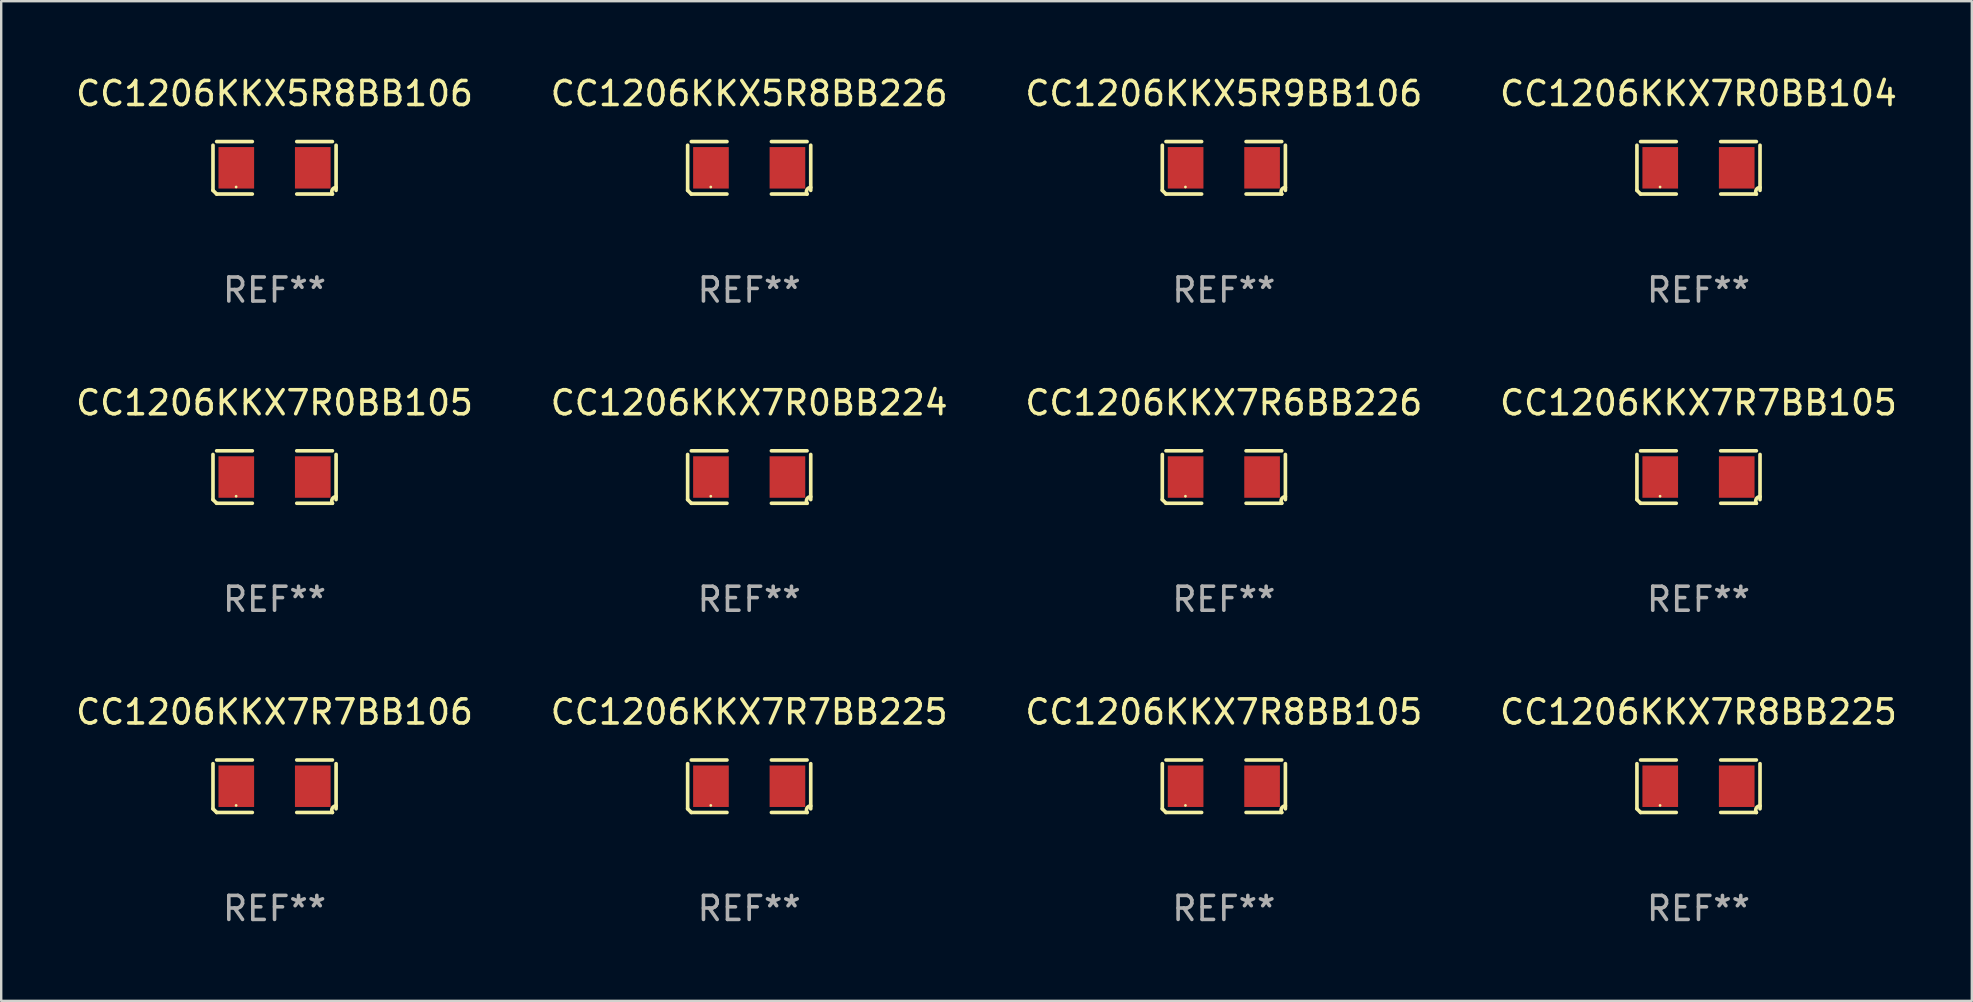
<source format=kicad_pcb>
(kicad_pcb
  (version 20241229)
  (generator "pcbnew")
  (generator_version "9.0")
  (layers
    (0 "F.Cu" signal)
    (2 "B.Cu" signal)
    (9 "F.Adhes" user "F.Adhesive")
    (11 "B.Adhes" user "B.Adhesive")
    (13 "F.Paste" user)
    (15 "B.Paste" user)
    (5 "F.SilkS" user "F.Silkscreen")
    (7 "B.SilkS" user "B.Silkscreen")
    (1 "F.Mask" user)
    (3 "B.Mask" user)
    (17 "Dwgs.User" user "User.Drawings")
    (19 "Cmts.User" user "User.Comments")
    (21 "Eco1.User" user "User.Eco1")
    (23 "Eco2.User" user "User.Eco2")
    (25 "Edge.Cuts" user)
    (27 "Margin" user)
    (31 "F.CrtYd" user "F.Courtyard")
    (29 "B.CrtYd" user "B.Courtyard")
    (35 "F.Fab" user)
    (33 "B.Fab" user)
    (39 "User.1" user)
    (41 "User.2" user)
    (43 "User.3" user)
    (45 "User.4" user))
  (footprint "CC1206KKX7R6BB226"
    (layer "F.Cu")
    (at 47.935 16.823)
    (property "Reference" "CC1206KKX7R6BB226" (at 0 -3.093 0) (layer "F.SilkS") (effects (font (size 1 1) (thickness 0.15))))
    (attr through_hole)
    (fp_line (start -2.564 0.94) (end -2.564 -0.94) (stroke (width 0.152) (type solid)) (layer "F.SilkS"))
    (fp_line (start -2.411 -1.093) (end -0.926 -1.093) (stroke (width 0.152) (type solid)) (layer "F.SilkS"))
    (fp_line (start -0.926 1.093) (end -2.411 1.093) (stroke (width 0.152) (type solid)) (layer "F.SilkS"))
    (fp_line (start 0.926 1.093) (end 2.411 1.093) (stroke (width 0.152) (type solid)) (layer "F.SilkS"))
    (fp_line (start 2.411 -1.093) (end 0.926 -1.093) (stroke (width 0.152) (type solid)) (layer "F.SilkS"))
    (fp_line (start 2.564 0.94) (end 2.564 -0.94) (stroke (width 0.152) (type solid)) (layer "F.SilkS"))
    (fp_arc (start -2.411201 1.092609) (mid -2.487413 1.01642) (end -2.563602 0.940208) (stroke (width 0.1524) (type solid)) (layer "F.SilkS"))
    (fp_arc (start 2.411201 1.092609) (mid 2.407159 0.911226) (end 2.563602 0.819347) (stroke (width 0.1524) (type solid)) (layer "F.SilkS"))
    (fp_circle (center -1.6 0.8) (end -1.57 0.8) (stroke (width 0.06) (type solid)) (fill no) (layer "F.SilkS"))
    (fp_text user "REF**" (at 0 5.093 0) (layer "F.Fab") (effects (font (size 1 1) (thickness 0.15))))
    (pad "1" smd rect (at -1.593 0) (size 1.485 1.728) (layers "F.Cu" "F.Mask" "F.Paste"))
    (pad "2" smd rect (at 1.593 0) (size 1.485 1.728) (layers "F.Cu" "F.Mask" "F.Paste")))
  (footprint "CC1206KKX7R0BB104"
    (layer "F.Cu")
    (at 67.708 3.941)
    (property "Reference" "CC1206KKX7R0BB104" (at 0 -3.093 0) (layer "F.SilkS") (effects (font (size 1 1) (thickness 0.15))))
    (attr through_hole)
    (fp_line (start -2.564 0.94) (end -2.564 -0.94) (stroke (width 0.152) (type solid)) (layer "F.SilkS"))
    (fp_line (start -2.411 -1.093) (end -0.926 -1.093) (stroke (width 0.152) (type solid)) (layer "F.SilkS"))
    (fp_line (start -0.926 1.093) (end -2.411 1.093) (stroke (width 0.152) (type solid)) (layer "F.SilkS"))
    (fp_line (start 0.926 1.093) (end 2.411 1.093) (stroke (width 0.152) (type solid)) (layer "F.SilkS"))
    (fp_line (start 2.411 -1.093) (end 0.926 -1.093) (stroke (width 0.152) (type solid)) (layer "F.SilkS"))
    (fp_line (start 2.564 0.94) (end 2.564 -0.94) (stroke (width 0.152) (type solid)) (layer "F.SilkS"))
    (fp_arc (start -2.411201 1.092609) (mid -2.487413 1.01642) (end -2.563602 0.940208) (stroke (width 0.1524) (type solid)) (layer "F.SilkS"))
    (fp_arc (start 2.411201 1.092609) (mid 2.407159 0.911226) (end 2.563602 0.819347) (stroke (width 0.1524) (type solid)) (layer "F.SilkS"))
    (fp_circle (center -1.6 0.8) (end -1.57 0.8) (stroke (width 0.06) (type solid)) (fill no) (layer "F.SilkS"))
    (fp_text user "REF**" (at 0 5.093 0) (layer "F.Fab") (effects (font (size 1 1) (thickness 0.15))))
    (pad "1" smd rect (at -1.593 0) (size 1.485 1.728) (layers "F.Cu" "F.Mask" "F.Paste"))
    (pad "2" smd rect (at 1.593 0) (size 1.485 1.728) (layers "F.Cu" "F.Mask" "F.Paste")))
  (footprint "CC1206KKX7R8BB105"
    (layer "F.Cu")
    (at 47.935 29.704)
    (property "Reference" "CC1206KKX7R8BB105" (at 0 -3.093 0) (layer "F.SilkS") (effects (font (size 1 1) (thickness 0.15))))
    (attr through_hole)
    (fp_line (start -2.564 0.94) (end -2.564 -0.94) (stroke (width 0.152) (type solid)) (layer "F.SilkS"))
    (fp_line (start -2.411 -1.093) (end -0.926 -1.093) (stroke (width 0.152) (type solid)) (layer "F.SilkS"))
    (fp_line (start -0.926 1.093) (end -2.411 1.093) (stroke (width 0.152) (type solid)) (layer "F.SilkS"))
    (fp_line (start 0.926 1.093) (end 2.411 1.093) (stroke (width 0.152) (type solid)) (layer "F.SilkS"))
    (fp_line (start 2.411 -1.093) (end 0.926 -1.093) (stroke (width 0.152) (type solid)) (layer "F.SilkS"))
    (fp_line (start 2.564 0.94) (end 2.564 -0.94) (stroke (width 0.152) (type solid)) (layer "F.SilkS"))
    (fp_arc (start -2.411201 1.092609) (mid -2.487413 1.01642) (end -2.563602 0.940208) (stroke (width 0.1524) (type solid)) (layer "F.SilkS"))
    (fp_arc (start 2.411201 1.092609) (mid 2.407159 0.911226) (end 2.563602 0.819347) (stroke (width 0.1524) (type solid)) (layer "F.SilkS"))
    (fp_circle (center -1.6 0.8) (end -1.57 0.8) (stroke (width 0.06) (type solid)) (fill no) (layer "F.SilkS"))
    (fp_text user "REF**" (at 0 5.093 0) (layer "F.Fab") (effects (font (size 1 1) (thickness 0.15))))
    (pad "1" smd rect (at -1.593 0) (size 1.485 1.728) (layers "F.Cu" "F.Mask" "F.Paste"))
    (pad "2" smd rect (at 1.593 0) (size 1.485 1.728) (layers "F.Cu" "F.Mask" "F.Paste")))
  (footprint "CC1206KKX7R8BB225"
    (layer "F.Cu")
    (at 67.708 29.704)
    (property "Reference" "CC1206KKX7R8BB225" (at 0 -3.093 0) (layer "F.SilkS") (effects (font (size 1 1) (thickness 0.15))))
    (attr through_hole)
    (fp_line (start -2.564 0.94) (end -2.564 -0.94) (stroke (width 0.152) (type solid)) (layer "F.SilkS"))
    (fp_line (start -2.411 -1.093) (end -0.926 -1.093) (stroke (width 0.152) (type solid)) (layer "F.SilkS"))
    (fp_line (start -0.926 1.093) (end -2.411 1.093) (stroke (width 0.152) (type solid)) (layer "F.SilkS"))
    (fp_line (start 0.926 1.093) (end 2.411 1.093) (stroke (width 0.152) (type solid)) (layer "F.SilkS"))
    (fp_line (start 2.411 -1.093) (end 0.926 -1.093) (stroke (width 0.152) (type solid)) (layer "F.SilkS"))
    (fp_line (start 2.564 0.94) (end 2.564 -0.94) (stroke (width 0.152) (type solid)) (layer "F.SilkS"))
    (fp_arc (start -2.411201 1.092609) (mid -2.487413 1.01642) (end -2.563602 0.940208) (stroke (width 0.1524) (type solid)) (layer "F.SilkS"))
    (fp_arc (start 2.411201 1.092609) (mid 2.407159 0.911226) (end 2.563602 0.819347) (stroke (width 0.1524) (type solid)) (layer "F.SilkS"))
    (fp_circle (center -1.6 0.8) (end -1.57 0.8) (stroke (width 0.06) (type solid)) (fill no) (layer "F.SilkS"))
    (fp_text user "REF**" (at 0 5.093 0) (layer "F.Fab") (effects (font (size 1 1) (thickness 0.15))))
    (pad "1" smd rect (at -1.593 0) (size 1.485 1.728) (layers "F.Cu" "F.Mask" "F.Paste"))
    (pad "2" smd rect (at 1.593 0) (size 1.485 1.728) (layers "F.Cu" "F.Mask" "F.Paste")))
  (footprint "CC1206KKX7R0BB105"
    (layer "F.Cu")
    (at 8.387 16.823)
    (property "Reference" "CC1206KKX7R0BB105" (at 0 -3.093 0) (layer "F.SilkS") (effects (font (size 1 1) (thickness 0.15))))
    (attr through_hole)
    (fp_line (start -2.564 0.94) (end -2.564 -0.94) (stroke (width 0.152) (type solid)) (layer "F.SilkS"))
    (fp_line (start -2.411 -1.093) (end -0.926 -1.093) (stroke (width 0.152) (type solid)) (layer "F.SilkS"))
    (fp_line (start -0.926 1.093) (end -2.411 1.093) (stroke (width 0.152) (type solid)) (layer "F.SilkS"))
    (fp_line (start 0.926 1.093) (end 2.411 1.093) (stroke (width 0.152) (type solid)) (layer "F.SilkS"))
    (fp_line (start 2.411 -1.093) (end 0.926 -1.093) (stroke (width 0.152) (type solid)) (layer "F.SilkS"))
    (fp_line (start 2.564 0.94) (end 2.564 -0.94) (stroke (width 0.152) (type solid)) (layer "F.SilkS"))
    (fp_arc (start -2.411201 1.092609) (mid -2.487413 1.01642) (end -2.563602 0.940208) (stroke (width 0.1524) (type solid)) (layer "F.SilkS"))
    (fp_arc (start 2.411201 1.092609) (mid 2.407159 0.911226) (end 2.563602 0.819347) (stroke (width 0.1524) (type solid)) (layer "F.SilkS"))
    (fp_circle (center -1.6 0.8) (end -1.57 0.8) (stroke (width 0.06) (type solid)) (fill no) (layer "F.SilkS"))
    (fp_text user "REF**" (at 0 5.093 0) (layer "F.Fab") (effects (font (size 1 1) (thickness 0.15))))
    (pad "1" smd rect (at -1.593 0) (size 1.485 1.728) (layers "F.Cu" "F.Mask" "F.Paste"))
    (pad "2" smd rect (at 1.593 0) (size 1.485 1.728) (layers "F.Cu" "F.Mask" "F.Paste")))
  (footprint "CC1206KKX7R0BB224"
    (layer "F.Cu")
    (at 28.161 16.823)
    (property "Reference" "CC1206KKX7R0BB224" (at 0 -3.093 0) (layer "F.SilkS") (effects (font (size 1 1) (thickness 0.15))))
    (attr through_hole)
    (fp_line (start -2.564 0.94) (end -2.564 -0.94) (stroke (width 0.152) (type solid)) (layer "F.SilkS"))
    (fp_line (start -2.411 -1.093) (end -0.926 -1.093) (stroke (width 0.152) (type solid)) (layer "F.SilkS"))
    (fp_line (start -0.926 1.093) (end -2.411 1.093) (stroke (width 0.152) (type solid)) (layer "F.SilkS"))
    (fp_line (start 0.926 1.093) (end 2.411 1.093) (stroke (width 0.152) (type solid)) (layer "F.SilkS"))
    (fp_line (start 2.411 -1.093) (end 0.926 -1.093) (stroke (width 0.152) (type solid)) (layer "F.SilkS"))
    (fp_line (start 2.564 0.94) (end 2.564 -0.94) (stroke (width 0.152) (type solid)) (layer "F.SilkS"))
    (fp_arc (start -2.411201 1.092609) (mid -2.487413 1.01642) (end -2.563602 0.940208) (stroke (width 0.1524) (type solid)) (layer "F.SilkS"))
    (fp_arc (start 2.411201 1.092609) (mid 2.407159 0.911226) (end 2.563602 0.819347) (stroke (width 0.1524) (type solid)) (layer "F.SilkS"))
    (fp_circle (center -1.6 0.8) (end -1.57 0.8) (stroke (width 0.06) (type solid)) (fill no) (layer "F.SilkS"))
    (fp_text user "REF**" (at 0 5.093 0) (layer "F.Fab") (effects (font (size 1 1) (thickness 0.15))))
    (pad "1" smd rect (at -1.593 0) (size 1.485 1.728) (layers "F.Cu" "F.Mask" "F.Paste"))
    (pad "2" smd rect (at 1.593 0) (size 1.485 1.728) (layers "F.Cu" "F.Mask" "F.Paste")))
  (footprint "CC1206KKX5R9BB106"
    (layer "F.Cu")
    (at 47.935 3.941)
    (property "Reference" "CC1206KKX5R9BB106" (at 0 -3.093 0) (layer "F.SilkS") (effects (font (size 1 1) (thickness 0.15))))
    (attr through_hole)
    (fp_line (start -2.564 0.94) (end -2.564 -0.94) (stroke (width 0.152) (type solid)) (layer "F.SilkS"))
    (fp_line (start -2.411 -1.093) (end -0.926 -1.093) (stroke (width 0.152) (type solid)) (layer "F.SilkS"))
    (fp_line (start -0.926 1.093) (end -2.411 1.093) (stroke (width 0.152) (type solid)) (layer "F.SilkS"))
    (fp_line (start 0.926 1.093) (end 2.411 1.093) (stroke (width 0.152) (type solid)) (layer "F.SilkS"))
    (fp_line (start 2.411 -1.093) (end 0.926 -1.093) (stroke (width 0.152) (type solid)) (layer "F.SilkS"))
    (fp_line (start 2.564 0.94) (end 2.564 -0.94) (stroke (width 0.152) (type solid)) (layer "F.SilkS"))
    (fp_arc (start -2.411201 1.092609) (mid -2.487413 1.01642) (end -2.563602 0.940208) (stroke (width 0.1524) (type solid)) (layer "F.SilkS"))
    (fp_arc (start 2.411201 1.092609) (mid 2.407159 0.911226) (end 2.563602 0.819347) (stroke (width 0.1524) (type solid)) (layer "F.SilkS"))
    (fp_circle (center -1.6 0.8) (end -1.57 0.8) (stroke (width 0.06) (type solid)) (fill no) (layer "F.SilkS"))
    (fp_text user "REF**" (at 0 5.093 0) (layer "F.Fab") (effects (font (size 1 1) (thickness 0.15))))
    (pad "1" smd rect (at -1.593 0) (size 1.485 1.728) (layers "F.Cu" "F.Mask" "F.Paste"))
    (pad "2" smd rect (at 1.593 0) (size 1.485 1.728) (layers "F.Cu" "F.Mask" "F.Paste")))
  (footprint "CC1206KKX7R7BB225"
    (layer "F.Cu")
    (at 28.161 29.704)
    (property "Reference" "CC1206KKX7R7BB225" (at 0 -3.093 0) (layer "F.SilkS") (effects (font (size 1 1) (thickness 0.15))))
    (attr through_hole)
    (fp_line (start -2.564 0.94) (end -2.564 -0.94) (stroke (width 0.152) (type solid)) (layer "F.SilkS"))
    (fp_line (start -2.411 -1.093) (end -0.926 -1.093) (stroke (width 0.152) (type solid)) (layer "F.SilkS"))
    (fp_line (start -0.926 1.093) (end -2.411 1.093) (stroke (width 0.152) (type solid)) (layer "F.SilkS"))
    (fp_line (start 0.926 1.093) (end 2.411 1.093) (stroke (width 0.152) (type solid)) (layer "F.SilkS"))
    (fp_line (start 2.411 -1.093) (end 0.926 -1.093) (stroke (width 0.152) (type solid)) (layer "F.SilkS"))
    (fp_line (start 2.564 0.94) (end 2.564 -0.94) (stroke (width 0.152) (type solid)) (layer "F.SilkS"))
    (fp_arc (start -2.411201 1.092609) (mid -2.487413 1.01642) (end -2.563602 0.940208) (stroke (width 0.1524) (type solid)) (layer "F.SilkS"))
    (fp_arc (start 2.411201 1.092609) (mid 2.407159 0.911226) (end 2.563602 0.819347) (stroke (width 0.1524) (type solid)) (layer "F.SilkS"))
    (fp_circle (center -1.6 0.8) (end -1.57 0.8) (stroke (width 0.06) (type solid)) (fill no) (layer "F.SilkS"))
    (fp_text user "REF**" (at 0 5.093 0) (layer "F.Fab") (effects (font (size 1 1) (thickness 0.15))))
    (pad "1" smd rect (at -1.593 0) (size 1.485 1.728) (layers "F.Cu" "F.Mask" "F.Paste"))
    (pad "2" smd rect (at 1.593 0) (size 1.485 1.728) (layers "F.Cu" "F.Mask" "F.Paste")))
  (footprint "CC1206KKX7R7BB106"
    (layer "F.Cu")
    (at 8.387 29.704)
    (property "Reference" "CC1206KKX7R7BB106" (at 0 -3.093 0) (layer "F.SilkS") (effects (font (size 1 1) (thickness 0.15))))
    (attr through_hole)
    (fp_line (start -2.564 0.94) (end -2.564 -0.94) (stroke (width 0.152) (type solid)) (layer "F.SilkS"))
    (fp_line (start -2.411 -1.093) (end -0.926 -1.093) (stroke (width 0.152) (type solid)) (layer "F.SilkS"))
    (fp_line (start -0.926 1.093) (end -2.411 1.093) (stroke (width 0.152) (type solid)) (layer "F.SilkS"))
    (fp_line (start 0.926 1.093) (end 2.411 1.093) (stroke (width 0.152) (type solid)) (layer "F.SilkS"))
    (fp_line (start 2.411 -1.093) (end 0.926 -1.093) (stroke (width 0.152) (type solid)) (layer "F.SilkS"))
    (fp_line (start 2.564 0.94) (end 2.564 -0.94) (stroke (width 0.152) (type solid)) (layer "F.SilkS"))
    (fp_arc (start -2.411201 1.092609) (mid -2.487413 1.01642) (end -2.563602 0.940208) (stroke (width 0.1524) (type solid)) (layer "F.SilkS"))
    (fp_arc (start 2.411201 1.092609) (mid 2.407159 0.911226) (end 2.563602 0.819347) (stroke (width 0.1524) (type solid)) (layer "F.SilkS"))
    (fp_circle (center -1.6 0.8) (end -1.57 0.8) (stroke (width 0.06) (type solid)) (fill no) (layer "F.SilkS"))
    (fp_text user "REF**" (at 0 5.093 0) (layer "F.Fab") (effects (font (size 1 1) (thickness 0.15))))
    (pad "1" smd rect (at -1.593 0) (size 1.485 1.728) (layers "F.Cu" "F.Mask" "F.Paste"))
    (pad "2" smd rect (at 1.593 0) (size 1.485 1.728) (layers "F.Cu" "F.Mask" "F.Paste")))
  (footprint "CC1206KKX5R8BB106"
    (layer "F.Cu")
    (at 8.387 3.941)
    (property "Reference" "CC1206KKX5R8BB106" (at 0 -3.093 0) (layer "F.SilkS") (effects (font (size 1 1) (thickness 0.15))))
    (attr through_hole)
    (fp_line (start -2.564 0.94) (end -2.564 -0.94) (stroke (width 0.152) (type solid)) (layer "F.SilkS"))
    (fp_line (start -2.411 -1.093) (end -0.926 -1.093) (stroke (width 0.152) (type solid)) (layer "F.SilkS"))
    (fp_line (start -0.926 1.093) (end -2.411 1.093) (stroke (width 0.152) (type solid)) (layer "F.SilkS"))
    (fp_line (start 0.926 1.093) (end 2.411 1.093) (stroke (width 0.152) (type solid)) (layer "F.SilkS"))
    (fp_line (start 2.411 -1.093) (end 0.926 -1.093) (stroke (width 0.152) (type solid)) (layer "F.SilkS"))
    (fp_line (start 2.564 0.94) (end 2.564 -0.94) (stroke (width 0.152) (type solid)) (layer "F.SilkS"))
    (fp_arc (start -2.411201 1.092609) (mid -2.487413 1.01642) (end -2.563602 0.940208) (stroke (width 0.1524) (type solid)) (layer "F.SilkS"))
    (fp_arc (start 2.411201 1.092609) (mid 2.407159 0.911226) (end 2.563602 0.819347) (stroke (width 0.1524) (type solid)) (layer "F.SilkS"))
    (fp_circle (center -1.6 0.8) (end -1.57 0.8) (stroke (width 0.06) (type solid)) (fill no) (layer "F.SilkS"))
    (fp_text user "REF**" (at 0 5.093 0) (layer "F.Fab") (effects (font (size 1 1) (thickness 0.15))))
    (pad "1" smd rect (at -1.593 0) (size 1.485 1.728) (layers "F.Cu" "F.Mask" "F.Paste"))
    (pad "2" smd rect (at 1.593 0) (size 1.485 1.728) (layers "F.Cu" "F.Mask" "F.Paste")))
  (footprint "CC1206KKX7R7BB105"
    (layer "F.Cu")
    (at 67.708 16.823)
    (property "Reference" "CC1206KKX7R7BB105" (at 0 -3.093 0) (layer "F.SilkS") (effects (font (size 1 1) (thickness 0.15))))
    (attr through_hole)
    (fp_line (start -2.564 0.94) (end -2.564 -0.94) (stroke (width 0.152) (type solid)) (layer "F.SilkS"))
    (fp_line (start -2.411 -1.093) (end -0.926 -1.093) (stroke (width 0.152) (type solid)) (layer "F.SilkS"))
    (fp_line (start -0.926 1.093) (end -2.411 1.093) (stroke (width 0.152) (type solid)) (layer "F.SilkS"))
    (fp_line (start 0.926 1.093) (end 2.411 1.093) (stroke (width 0.152) (type solid)) (layer "F.SilkS"))
    (fp_line (start 2.411 -1.093) (end 0.926 -1.093) (stroke (width 0.152) (type solid)) (layer "F.SilkS"))
    (fp_line (start 2.564 0.94) (end 2.564 -0.94) (stroke (width 0.152) (type solid)) (layer "F.SilkS"))
    (fp_arc (start -2.411201 1.092609) (mid -2.487413 1.01642) (end -2.563602 0.940208) (stroke (width 0.1524) (type solid)) (layer "F.SilkS"))
    (fp_arc (start 2.411201 1.092609) (mid 2.407159 0.911226) (end 2.563602 0.819347) (stroke (width 0.1524) (type solid)) (layer "F.SilkS"))
    (fp_circle (center -1.6 0.8) (end -1.57 0.8) (stroke (width 0.06) (type solid)) (fill no) (layer "F.SilkS"))
    (fp_text user "REF**" (at 0 5.093 0) (layer "F.Fab") (effects (font (size 1 1) (thickness 0.15))))
    (pad "1" smd rect (at -1.593 0) (size 1.485 1.728) (layers "F.Cu" "F.Mask" "F.Paste"))
    (pad "2" smd rect (at 1.593 0) (size 1.485 1.728) (layers "F.Cu" "F.Mask" "F.Paste")))
  (footprint "CC1206KKX5R8BB226"
    (layer "F.Cu")
    (at 28.161 3.941)
    (property "Reference" "CC1206KKX5R8BB226" (at 0 -3.093 0) (layer "F.SilkS") (effects (font (size 1 1) (thickness 0.15))))
    (attr through_hole)
    (fp_line (start -2.564 0.94) (end -2.564 -0.94) (stroke (width 0.152) (type solid)) (layer "F.SilkS"))
    (fp_line (start -2.411 -1.093) (end -0.926 -1.093) (stroke (width 0.152) (type solid)) (layer "F.SilkS"))
    (fp_line (start -0.926 1.093) (end -2.411 1.093) (stroke (width 0.152) (type solid)) (layer "F.SilkS"))
    (fp_line (start 0.926 1.093) (end 2.411 1.093) (stroke (width 0.152) (type solid)) (layer "F.SilkS"))
    (fp_line (start 2.411 -1.093) (end 0.926 -1.093) (stroke (width 0.152) (type solid)) (layer "F.SilkS"))
    (fp_line (start 2.564 0.94) (end 2.564 -0.94) (stroke (width 0.152) (type solid)) (layer "F.SilkS"))
    (fp_arc (start -2.411201 1.092609) (mid -2.487413 1.01642) (end -2.563602 0.940208) (stroke (width 0.1524) (type solid)) (layer "F.SilkS"))
    (fp_arc (start 2.411201 1.092609) (mid 2.407159 0.911226) (end 2.563602 0.819347) (stroke (width 0.1524) (type solid)) (layer "F.SilkS"))
    (fp_circle (center -1.6 0.8) (end -1.57 0.8) (stroke (width 0.06) (type solid)) (fill no) (layer "F.SilkS"))
    (fp_text user "REF**" (at 0 5.093 0) (layer "F.Fab") (effects (font (size 1 1) (thickness 0.15))))
    (pad "1" smd rect (at -1.593 0) (size 1.485 1.728) (layers "F.Cu" "F.Mask" "F.Paste"))
    (pad "2" smd rect (at 1.593 0) (size 1.485 1.728) (layers "F.Cu" "F.Mask" "F.Paste")))
  (gr_rect
    (start -3 -3)
    (end 79.095 38.645)
    (stroke (width 0.1) (type default))
    (fill no)
    (layer "Edge.Cuts")))
</source>
